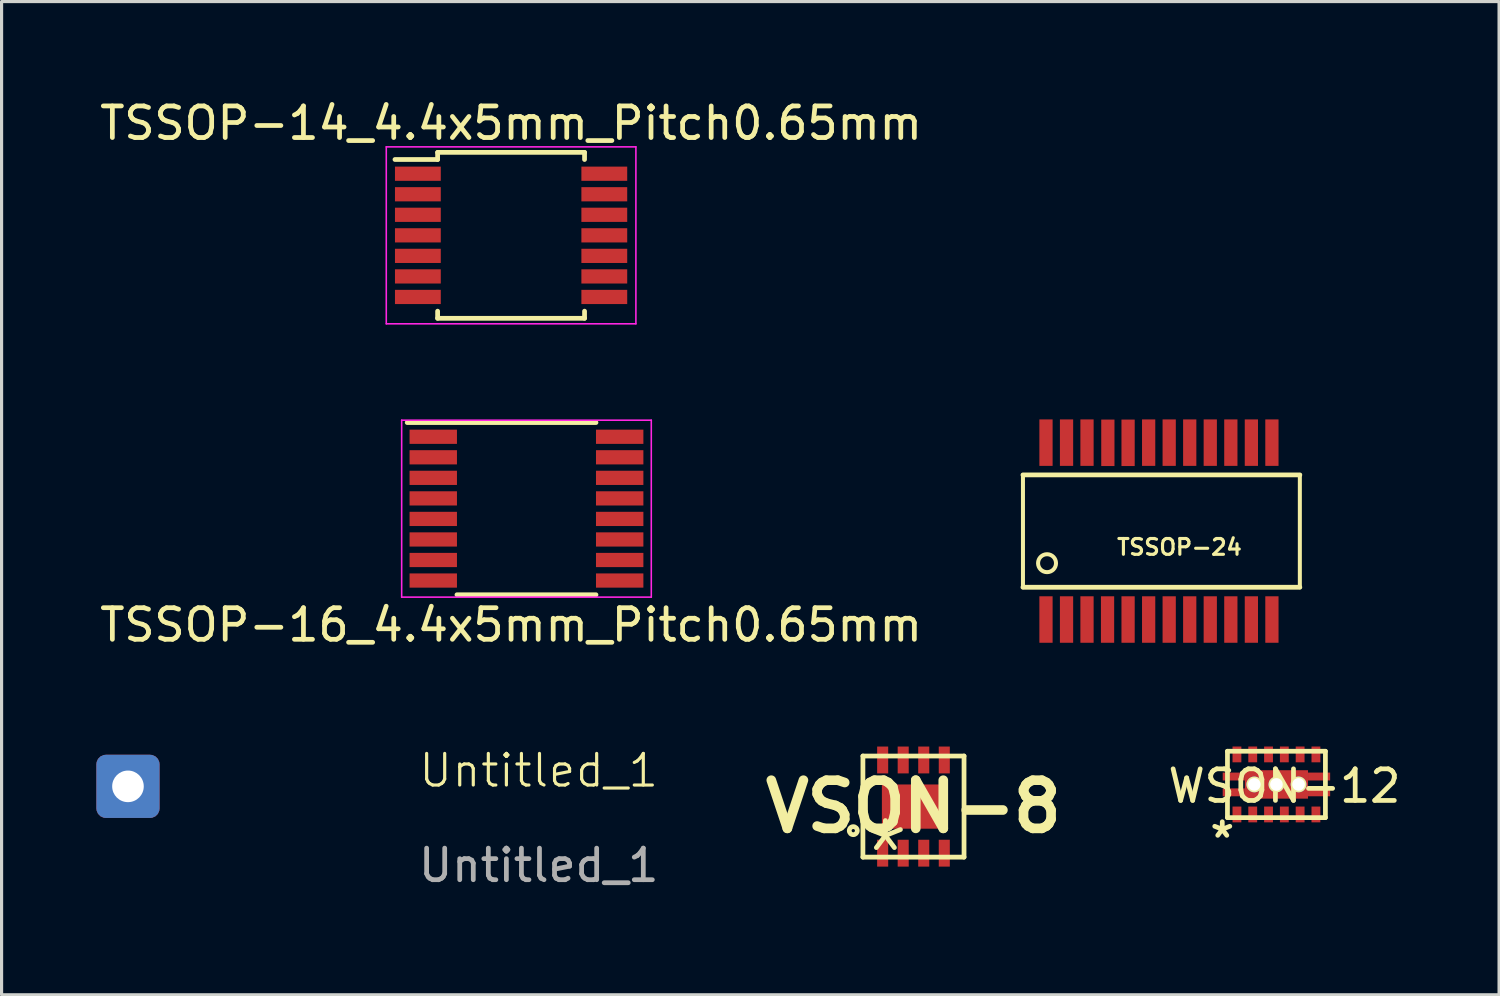
<source format=kicad_pcb>
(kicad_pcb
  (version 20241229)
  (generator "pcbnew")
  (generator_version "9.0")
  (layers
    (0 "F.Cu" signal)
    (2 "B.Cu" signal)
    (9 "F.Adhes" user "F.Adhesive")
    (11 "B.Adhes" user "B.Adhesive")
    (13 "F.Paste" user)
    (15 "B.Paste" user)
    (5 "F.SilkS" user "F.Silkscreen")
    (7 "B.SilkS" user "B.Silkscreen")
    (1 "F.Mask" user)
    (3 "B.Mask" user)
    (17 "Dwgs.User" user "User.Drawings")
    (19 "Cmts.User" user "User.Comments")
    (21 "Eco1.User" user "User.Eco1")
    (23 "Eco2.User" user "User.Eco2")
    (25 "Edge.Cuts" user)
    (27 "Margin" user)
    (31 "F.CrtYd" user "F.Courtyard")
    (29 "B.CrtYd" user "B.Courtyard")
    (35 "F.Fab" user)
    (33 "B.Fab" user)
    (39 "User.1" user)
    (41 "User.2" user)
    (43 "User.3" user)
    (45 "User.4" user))
  (footprint "WSON-12"
    (layer "F.Cu")
    (at 37.347 21.776)
    (property "Reference" "WSON-12" (at 0.254 0.051 0) (layer "F.SilkS") (effects (font (size 1 1) (thickness 0.15))))
    (attr through_hole)
    (fp_line (start -1.55 -1.05) (end 1.55 -1.05) (stroke (width 0.15) (type solid)) (layer "F.SilkS"))
    (fp_line (start -1.55 1.05) (end -1.55 -1.05) (stroke (width 0.15) (type solid)) (layer "F.SilkS"))
    (fp_line (start 1.55 -1.05) (end 1.55 1.05) (stroke (width 0.15) (type solid)) (layer "F.SilkS"))
    (fp_line (start 1.55 1.05) (end -1.55 1.05) (stroke (width 0.15) (type solid)) (layer "F.SilkS"))
    (fp_text user "*" (at -1.714 1.727 0) (layer "F.SilkS") (effects (font (size 1 1) (thickness 0.15))))
    (pad "1" smd trapezoid (at -1.25 0.95) (size 0.28 0.5) (layers "F.Cu" "F.Mask" "F.Paste"))
    (pad "2" smd trapezoid (at -0.75 0.95) (size 0.28 0.5) (layers "F.Cu" "F.Mask" "F.Paste"))
    (pad "3" smd trapezoid (at -0.25 0.95) (size 0.28 0.5) (layers "F.Cu" "F.Mask" "F.Paste"))
    (pad "4" smd trapezoid (at 0.25 0.95) (size 0.28 0.5) (layers "F.Cu" "F.Mask" "F.Paste"))
    (pad "5" smd trapezoid (at 0.75 0.95) (size 0.28 0.5) (layers "F.Cu" "F.Mask" "F.Paste"))
    (pad "6" smd trapezoid (at -1.35 -0.25) (size 0.7 0.25) (layers "F.Cu" "F.Mask" "F.Paste"))
    (pad "6" smd trapezoid (at -1.35 0.25) (size 0.7 0.25) (layers "F.Cu" "F.Mask" "F.Paste"))
    (pad "6" thru_hole circle (at -0.7 0) (size 0.5 0.5) (drill 0.4) (layers "*.Cu" "*.Mask" "F.SilkS"))
    (pad "6" thru_hole circle (at 0 0) (size 0.5 0.5) (drill 0.4) (layers "*.Cu" "*.Mask" "F.SilkS"))
    (pad "6" smd trapezoid (at 0 0) (size 2 0.9) (layers "F.Cu" "F.Mask" "F.Paste"))
    (pad "6" thru_hole circle (at 0.7 0) (size 0.5 0.5) (drill 0.4) (layers "*.Cu" "*.Mask" "F.SilkS"))
    (pad "6" smd trapezoid (at 1.25 0.95) (size 0.28 0.5) (layers "F.Cu" "F.Mask" "F.Paste"))
    (pad "6" smd trapezoid (at 1.35 -0.25) (size 0.7 0.25) (layers "F.Cu" "F.Mask" "F.Paste"))
    (pad "6" smd trapezoid (at 1.35 0.25) (size 0.7 0.25) (layers "F.Cu" "F.Mask" "F.Paste"))
    (pad "7" smd trapezoid (at 1.25 -0.95) (size 0.28 0.5) (layers "F.Cu" "F.Mask" "F.Paste"))
    (pad "8" smd trapezoid (at 0.75 -0.95) (size 0.28 0.5) (layers "F.Cu" "F.Mask" "F.Paste"))
    (pad "9" smd trapezoid (at 0.25 -0.95) (size 0.28 0.5) (layers "F.Cu" "F.Mask" "F.Paste"))
    (pad "10" smd trapezoid (at -0.25 -0.95) (size 0.28 0.5) (layers "F.Cu" "F.Mask" "F.Paste"))
    (pad "11" smd trapezoid (at -0.75 -0.95) (size 0.28 0.5) (layers "F.Cu" "F.Mask" "F.Paste"))
    (pad "12" smd trapezoid (at -1.25 -0.95) (size 0.28 0.5) (layers "F.Cu" "F.Mask" "F.Paste")))
  (footprint "TSSOP-16_4.4x5mm_Pitch0.65mm"
    (layer "F.Cu")
    (at 13.612 13.048)
    (property "Reference" "TSSOP-16_4.4x5mm_Pitch0.65mm" (at -0.487 3.68 0) (layer "F.SilkS") (effects (font (size 1 1) (thickness 0.15))))
    (attr smd)
    (fp_line (start -3.775 -2.725) (end 2.2 -2.725) (stroke (width 0.15) (type solid)) (layer "F.SilkS"))
    (fp_line (start -2.2 2.725) (end 2.2 2.725) (stroke (width 0.15) (type solid)) (layer "F.SilkS"))
    (fp_line (start -3.95 -2.8) (end -3.95 2.8) (stroke (width 0.05) (type solid)) (layer "F.CrtYd"))
    (fp_line (start -3.95 -2.8) (end 3.95 -2.8) (stroke (width 0.05) (type solid)) (layer "F.CrtYd"))
    (fp_line (start -3.95 2.8) (end 3.95 2.8) (stroke (width 0.05) (type solid)) (layer "F.CrtYd"))
    (fp_line (start 3.95 -2.8) (end 3.95 2.8) (stroke (width 0.05) (type solid)) (layer "F.CrtYd"))
    (pad "1" smd rect (at -2.95 -2.275) (size 1.5 0.45) (layers "F.Cu" "F.Mask" "F.Paste"))
    (pad "2" smd rect (at -2.95 -1.625) (size 1.5 0.45) (layers "F.Cu" "F.Mask" "F.Paste"))
    (pad "3" smd rect (at -2.95 -0.975) (size 1.5 0.45) (layers "F.Cu" "F.Mask" "F.Paste"))
    (pad "4" smd rect (at -2.95 -0.325) (size 1.5 0.45) (layers "F.Cu" "F.Mask" "F.Paste"))
    (pad "5" smd rect (at -2.95 0.325) (size 1.5 0.45) (layers "F.Cu" "F.Mask" "F.Paste"))
    (pad "6" smd rect (at -2.95 0.975) (size 1.5 0.45) (layers "F.Cu" "F.Mask" "F.Paste"))
    (pad "7" smd rect (at -2.95 1.625) (size 1.5 0.45) (layers "F.Cu" "F.Mask" "F.Paste"))
    (pad "8" smd rect (at -2.95 2.275) (size 1.5 0.45) (layers "F.Cu" "F.Mask" "F.Paste"))
    (pad "9" smd rect (at 2.95 2.275) (size 1.5 0.45) (layers "F.Cu" "F.Mask" "F.Paste"))
    (pad "10" smd rect (at 2.95 1.625) (size 1.5 0.45) (layers "F.Cu" "F.Mask" "F.Paste"))
    (pad "11" smd rect (at 2.95 0.975) (size 1.5 0.45) (layers "F.Cu" "F.Mask" "F.Paste"))
    (pad "12" smd rect (at 2.95 0.325) (size 1.5 0.45) (layers "F.Cu" "F.Mask" "F.Paste"))
    (pad "13" smd rect (at 2.95 -0.325) (size 1.5 0.45) (layers "F.Cu" "F.Mask" "F.Paste"))
    (pad "14" smd rect (at 2.95 -0.975) (size 1.5 0.45) (layers "F.Cu" "F.Mask" "F.Paste"))
    (pad "15" smd rect (at 2.95 -1.625) (size 1.5 0.45) (layers "F.Cu" "F.Mask" "F.Paste"))
    (pad "16" smd rect (at 2.95 -2.275) (size 1.5 0.45) (layers "F.Cu" "F.Mask" "F.Paste")))
  (footprint "VSON-8"
    (layer "F.Cu")
    (at 25.86 22.477)
    (property "Reference" "VSON-8" (at 0 0 0) (layer "F.SilkS") (effects (font (size 1.524 1.524) (thickness 0.305))))
    (attr through_hole)
    (fp_line (start -1.6 -1.6) (end 1.6 -1.6) (stroke (width 0.15) (type solid)) (layer "F.SilkS"))
    (fp_line (start -1.6 1.6) (end -1.6 -1.6) (stroke (width 0.15) (type solid)) (layer "F.SilkS"))
    (fp_line (start -1.6 1.6) (end 1.6 1.6) (stroke (width 0.15) (type solid)) (layer "F.SilkS"))
    (fp_line (start 1.6 1.6) (end 1.6 -1.6) (stroke (width 0.15) (type solid)) (layer "F.SilkS"))
    (fp_circle (center -1.905 0.762) (end -1.778 0.762) (stroke (width 0.15) (type solid)) (fill no) (layer "F.SilkS"))
    (fp_text user "*" (at -0.889 1.524 0) (layer "F.SilkS") (effects (font (size 2 2) (thickness 0.15))))
    (pad "1" smd rect (at -0.975 1.475) (size 0.35 0.85) (layers "F.Cu" "F.Mask" "F.Paste"))
    (pad "2" smd rect (at -0.325 1.475) (size 0.35 0.85) (layers "F.Cu" "F.Mask" "F.Paste"))
    (pad "3" smd rect (at 0.325 1.475) (size 0.35 0.85) (layers "F.Cu" "F.Mask" "F.Paste"))
    (pad "4" smd rect (at 0.975 1.475) (size 0.35 0.85) (layers "F.Cu" "F.Mask" "F.Paste"))
    (pad "5" smd rect (at 0.975 -1.475) (size 0.35 0.85) (layers "F.Cu" "F.Mask" "F.Paste"))
    (pad "6" smd rect (at 0.325 -1.475) (size 0.35 0.85) (layers "F.Cu" "F.Mask" "F.Paste"))
    (pad "7" smd rect (at -0.325 -1.475) (size 0.35 0.85) (layers "F.Cu" "F.Mask" "F.Paste"))
    (pad "8" smd rect (at -0.975 -1.475) (size 0.35 0.85) (layers "F.Cu" "F.Mask" "F.Paste"))
    (pad "9" smd rect (at 0 0) (size 2 1.4) (layers "F.Cu" "F.Mask" "F.Paste")))
  (footprint "TSSOP-14_4.4x5mm_Pitch0.65mm"
    (layer "F.Cu")
    (at 13.125 4.398)
    (property "Reference" "TSSOP-14_4.4x5mm_Pitch0.65mm" (at 0 -3.55 0) (layer "F.SilkS") (effects (font (size 1 1) (thickness 0.15))))
    (attr smd)
    (fp_line (start -2.325 -2.625) (end -2.325 -2.4) (stroke (width 0.15) (type solid)) (layer "F.SilkS"))
    (fp_line (start -2.325 -2.625) (end 2.325 -2.625) (stroke (width 0.15) (type solid)) (layer "F.SilkS"))
    (fp_line (start -2.325 -2.4) (end -3.675 -2.4) (stroke (width 0.15) (type solid)) (layer "F.SilkS"))
    (fp_line (start -2.325 2.625) (end -2.325 2.4) (stroke (width 0.15) (type solid)) (layer "F.SilkS"))
    (fp_line (start -2.325 2.625) (end 2.325 2.625) (stroke (width 0.15) (type solid)) (layer "F.SilkS"))
    (fp_line (start 2.325 -2.625) (end 2.325 -2.4) (stroke (width 0.15) (type solid)) (layer "F.SilkS"))
    (fp_line (start 2.325 2.625) (end 2.325 2.4) (stroke (width 0.15) (type solid)) (layer "F.SilkS"))
    (fp_line (start -3.95 -2.8) (end -3.95 2.8) (stroke (width 0.05) (type solid)) (layer "F.CrtYd"))
    (fp_line (start -3.95 -2.8) (end 3.95 -2.8) (stroke (width 0.05) (type solid)) (layer "F.CrtYd"))
    (fp_line (start -3.95 2.8) (end 3.95 2.8) (stroke (width 0.05) (type solid)) (layer "F.CrtYd"))
    (fp_line (start 3.95 -2.8) (end 3.95 2.8) (stroke (width 0.05) (type solid)) (layer "F.CrtYd"))
    (pad "1" smd rect (at -2.95 -1.95) (size 1.45 0.45) (layers "F.Cu" "F.Mask" "F.Paste"))
    (pad "2" smd rect (at -2.95 -1.3) (size 1.45 0.45) (layers "F.Cu" "F.Mask" "F.Paste"))
    (pad "3" smd rect (at -2.95 -0.65) (size 1.45 0.45) (layers "F.Cu" "F.Mask" "F.Paste"))
    (pad "4" smd rect (at -2.95 0) (size 1.45 0.45) (layers "F.Cu" "F.Mask" "F.Paste"))
    (pad "5" smd rect (at -2.95 0.65) (size 1.45 0.45) (layers "F.Cu" "F.Mask" "F.Paste"))
    (pad "6" smd rect (at -2.95 1.3) (size 1.45 0.45) (layers "F.Cu" "F.Mask" "F.Paste"))
    (pad "7" smd rect (at -2.95 1.95) (size 1.45 0.45) (layers "F.Cu" "F.Mask" "F.Paste"))
    (pad "8" smd rect (at 2.95 1.95) (size 1.45 0.45) (layers "F.Cu" "F.Mask" "F.Paste"))
    (pad "9" smd rect (at 2.95 1.3) (size 1.45 0.45) (layers "F.Cu" "F.Mask" "F.Paste"))
    (pad "10" smd rect (at 2.95 0.65) (size 1.45 0.45) (layers "F.Cu" "F.Mask" "F.Paste"))
    (pad "11" smd rect (at 2.95 0) (size 1.45 0.45) (layers "F.Cu" "F.Mask" "F.Paste"))
    (pad "12" smd rect (at 2.95 -0.65) (size 1.45 0.45) (layers "F.Cu" "F.Mask" "F.Paste"))
    (pad "13" smd rect (at 2.95 -1.3) (size 1.45 0.45) (layers "F.Cu" "F.Mask" "F.Paste"))
    (pad "14" smd rect (at 2.95 -1.95) (size 1.45 0.45) (layers "F.Cu" "F.Mask" "F.Paste")))
  (footprint "TSSOP-24"
    (layer "F.Cu")
    (at 34.278 13.758)
    (property "Reference" "TSSOP-24" (at 0 0.508 0) (layer "F.SilkS") (effects (font (size 0.5 0.5) (thickness 0.099))))
    (attr smd)
    (fp_line (start -4.953 -1.778) (end -4.953 1.778) (stroke (width 0.127) (type solid)) (layer "F.SilkS"))
    (fp_line (start -4.953 -1.778) (end 3.81 -1.778) (stroke (width 0.15) (type solid)) (layer "F.SilkS"))
    (fp_line (start -4.953 1.778) (end 3.81 1.778) (stroke (width 0.15) (type solid)) (layer "F.SilkS"))
    (fp_line (start 3.81 -1.778) (end 3.81 1.778) (stroke (width 0.127) (type solid)) (layer "F.SilkS"))
    (fp_circle (center -4.191 1.016) (end -4.318 1.27) (stroke (width 0.127) (type solid)) (fill no) (layer "F.SilkS"))
    (pad "1" smd rect (at -4.224 2.799) (size 0.419 1.471) (layers "F.Cu" "F.Mask" "F.Paste"))
    (pad "2" smd rect (at -3.574 2.799) (size 0.419 1.471) (layers "F.Cu" "F.Mask" "F.Paste"))
    (pad "3" smd rect (at -2.926 2.799) (size 0.419 1.471) (layers "F.Cu" "F.Mask" "F.Paste"))
    (pad "4" smd rect (at -2.276 2.799) (size 0.419 1.471) (layers "F.Cu" "F.Mask" "F.Paste"))
    (pad "5" smd rect (at -1.626 2.799) (size 0.419 1.471) (layers "F.Cu" "F.Mask" "F.Paste"))
    (pad "6" smd rect (at -0.975 2.799) (size 0.419 1.471) (layers "F.Cu" "F.Mask" "F.Paste"))
    (pad "7" smd rect (at -0.325 2.799) (size 0.419 1.471) (layers "F.Cu" "F.Mask" "F.Paste"))
    (pad "8" smd rect (at 0.325 2.799) (size 0.419 1.471) (layers "F.Cu" "F.Mask" "F.Paste"))
    (pad "9" smd rect (at 0.975 2.799) (size 0.419 1.471) (layers "F.Cu" "F.Mask" "F.Paste"))
    (pad "10" smd rect (at 1.626 2.799) (size 0.419 1.471) (layers "F.Cu" "F.Mask" "F.Paste"))
    (pad "11" smd rect (at 2.276 2.799) (size 0.419 1.471) (layers "F.Cu" "F.Mask" "F.Paste"))
    (pad "12" smd rect (at 2.926 2.799) (size 0.419 1.471) (layers "F.Cu" "F.Mask" "F.Paste"))
    (pad "13" smd rect (at 2.926 -2.799) (size 0.419 1.471) (layers "F.Cu" "F.Mask" "F.Paste"))
    (pad "14" smd rect (at 2.276 -2.799) (size 0.419 1.471) (layers "F.Cu" "F.Mask" "F.Paste"))
    (pad "15" smd rect (at 1.626 -2.799) (size 0.419 1.471) (layers "F.Cu" "F.Mask" "F.Paste"))
    (pad "16" smd rect (at 0.975 -2.799) (size 0.419 1.471) (layers "F.Cu" "F.Mask" "F.Paste"))
    (pad "17" smd rect (at 0.325 -2.799) (size 0.419 1.471) (layers "F.Cu" "F.Mask" "F.Paste"))
    (pad "18" smd rect (at -0.325 -2.799) (size 0.419 1.471) (layers "F.Cu" "F.Mask" "F.Paste"))
    (pad "19" smd rect (at -0.975 -2.799) (size 0.419 1.471) (layers "F.Cu" "F.Mask" "F.Paste"))
    (pad "20" smd rect (at -1.626 -2.794) (size 0.419 1.471) (layers "F.Cu" "F.Mask" "F.Paste"))
    (pad "21" smd rect (at -2.266 -2.794) (size 0.419 1.471) (layers "F.Cu" "F.Mask" "F.Paste"))
    (pad "22" smd rect (at -2.926 -2.799) (size 0.419 1.471) (layers "F.Cu" "F.Mask" "F.Paste"))
    (pad "23" smd rect (at -3.574 -2.799) (size 0.419 1.471) (layers "F.Cu" "F.Mask" "F.Paste"))
    (pad "24" smd rect (at -4.224 -2.799) (size 0.419 1.471) (layers "F.Cu" "F.Mask" "F.Paste")))
  (footprint "Untitled_1"
    (layer "F.Cu")
    (at 14 21.837)
    (property "Reference" "Untitled_1" (at 0 -0.5 0) (unlocked yes) (layer "F.SilkS") (effects (font (size 1 1) (thickness 0.1))))
    (attr smd)
    (fp_text user "${REFERENCE}" (at 0 2.5 0) (unlocked yes) (layer "F.Fab") (effects (font (size 1 1) (thickness 0.15))))
    (pad "1" thru_hole roundrect (at -13 0) (size 2 2) (drill 1) (layers "*.Cu" "*.Mask") (roundrect_rratio 0.15)))
  (gr_rect
    (start -3 -3)
    (end 44.393 28.434)
    (stroke (width 0.1) (type default))
    (fill no)
    (layer "Edge.Cuts")))
</source>
